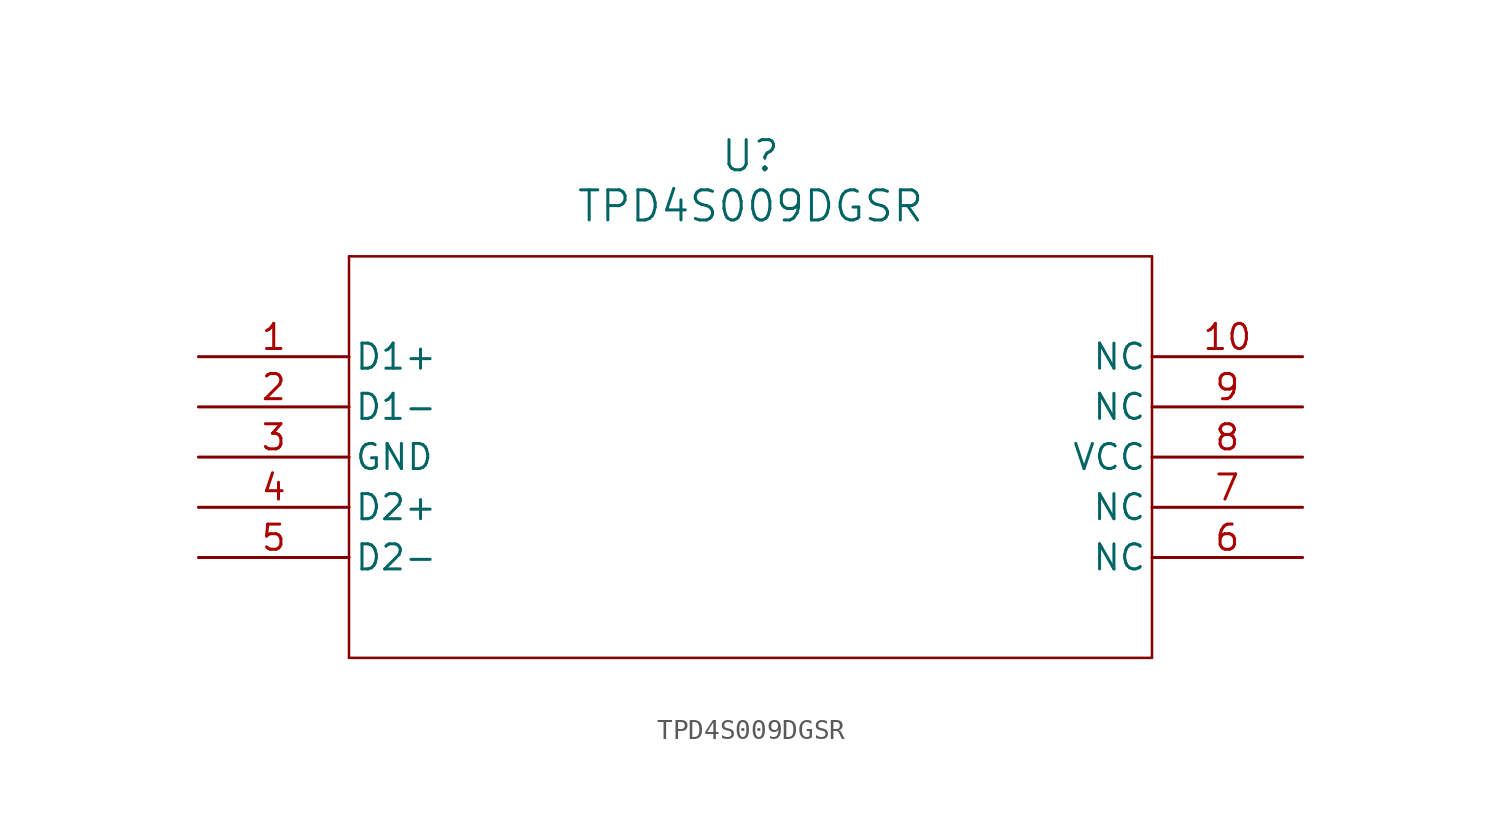
<source format=kicad_sym>
(kicad_symbol_lib
  (version 20211014)
  (generator kicad_symbol_editor)
  (symbol "TPD4S009DGSR"
    (pin_names
      (offset 0.254))
    (property "Reference" "U"
      (at 27.94 10.16 0)
      (effects (font (size 1.524 1.524))))
    (property "Value" "TPD4S009DGSR"
      (at 27.94 7.62 0)
      (effects (font (size 1.524 1.524))))
    (symbol "TPD4S009DGSR_0_1"
      (polyline (pts (xy 7.62 5.08) (xy 7.62 -15.24)) (stroke (width 0.127) (type default) (color 0 0 0 0)) (fill (type none)))
      (polyline (pts (xy 7.62 -15.24) (xy 48.26 -15.24)) (stroke (width 0.127) (type default) (color 0 0 0 0)) (fill (type none)))
      (polyline (pts (xy 48.26 -15.24) (xy 48.26 5.08)) (stroke (width 0.127) (type default) (color 0 0 0 0)) (fill (type none)))
      (polyline (pts (xy 48.26 5.08) (xy 7.62 5.08)) (stroke (width 0.127) (type default) (color 0 0 0 0)) (fill (type none)))
      (pin unspecified line (at 0 0 0) (length 7.62) (name "D1+" (effects (font (size 1.27 1.27)))) (number "1" (effects (font (size 1.27 1.27)))))
      (pin unspecified line (at 0 -2.54 0) (length 7.62) (name "D1-" (effects (font (size 1.27 1.27)))) (number "2" (effects (font (size 1.27 1.27)))))
      (pin power_in line (at 0 -5.08 0) (length 7.62) (name "GND" (effects (font (size 1.27 1.27)))) (number "3" (effects (font (size 1.27 1.27)))))
      (pin unspecified line (at 0 -7.62 0) (length 7.62) (name "D2+" (effects (font (size 1.27 1.27)))) (number "4" (effects (font (size 1.27 1.27)))))
      (pin unspecified line (at 0 -10.16 0) (length 7.62) (name "D2-" (effects (font (size 1.27 1.27)))) (number "5" (effects (font (size 1.27 1.27)))))
      (pin unspecified line (at 55.88 -10.16 180) (length 7.62) (name "NC" (effects (font (size 1.27 1.27)))) (number "6" (effects (font (size 1.27 1.27)))))
      (pin unspecified line (at 55.88 -7.62 180) (length 7.62) (name "NC" (effects (font (size 1.27 1.27)))) (number "7" (effects (font (size 1.27 1.27)))))
      (pin power_in line (at 55.88 -5.08 180) (length 7.62) (name "VCC" (effects (font (size 1.27 1.27)))) (number "8" (effects (font (size 1.27 1.27)))))
      (pin unspecified line (at 55.88 -2.54 180) (length 7.62) (name "NC" (effects (font (size 1.27 1.27)))) (number "9" (effects (font (size 1.27 1.27)))))
      (pin unspecified line (at 55.88 0 180) (length 7.62) (name "NC" (effects (font (size 1.27 1.27)))) (number "10" (effects (font (size 1.27 1.27))))))))
</source>
